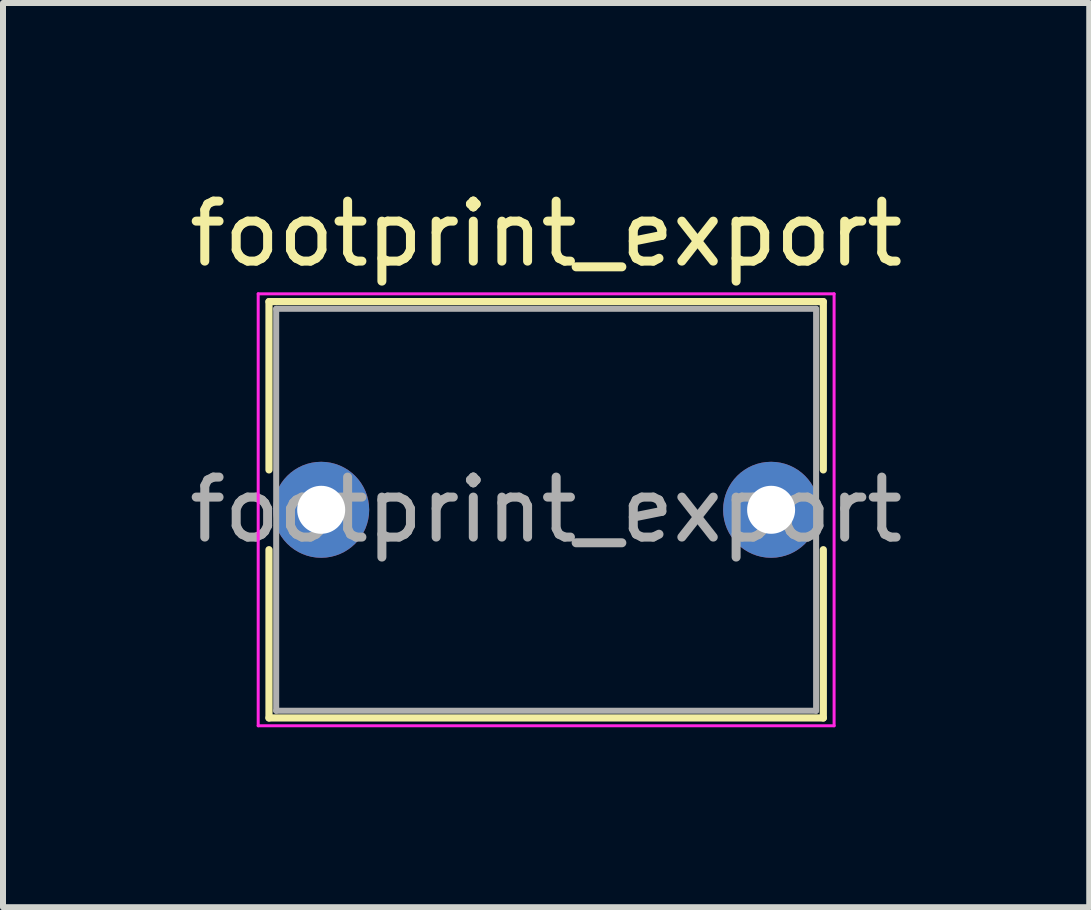
<source format=kicad_pcb>
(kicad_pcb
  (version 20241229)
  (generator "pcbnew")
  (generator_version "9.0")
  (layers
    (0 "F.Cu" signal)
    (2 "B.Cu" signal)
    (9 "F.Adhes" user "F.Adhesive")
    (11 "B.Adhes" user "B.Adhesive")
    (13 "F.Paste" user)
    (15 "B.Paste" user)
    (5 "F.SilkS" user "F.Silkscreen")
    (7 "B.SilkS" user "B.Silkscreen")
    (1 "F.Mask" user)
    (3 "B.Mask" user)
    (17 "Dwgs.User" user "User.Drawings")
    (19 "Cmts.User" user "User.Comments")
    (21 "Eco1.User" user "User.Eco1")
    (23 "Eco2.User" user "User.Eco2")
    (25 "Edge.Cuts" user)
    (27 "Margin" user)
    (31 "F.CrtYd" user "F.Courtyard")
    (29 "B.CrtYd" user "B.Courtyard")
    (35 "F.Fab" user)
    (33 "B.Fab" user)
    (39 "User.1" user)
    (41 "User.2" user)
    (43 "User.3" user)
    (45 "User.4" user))
  (footprint "footprint_export"
    (layer "F.Cu")
    (at 2.304 5.448)
    (property "Reference" "footprint_export" (at 3.75 -4.6 0) (layer "F.SilkS") (effects (font (size 1 1) (thickness 0.15))))
    (attr through_hole)
    (fp_line (start -0.87 -3.47) (end -0.87 -0.665) (stroke (width 0.12) (type solid)) (layer "F.SilkS"))
    (fp_line (start -0.87 -3.47) (end 8.37 -3.47) (stroke (width 0.12) (type solid)) (layer "F.SilkS"))
    (fp_line (start -0.87 0.665) (end -0.87 3.47) (stroke (width 0.12) (type solid)) (layer "F.SilkS"))
    (fp_line (start -0.87 3.47) (end 8.37 3.47) (stroke (width 0.12) (type solid)) (layer "F.SilkS"))
    (fp_line (start 8.37 -3.47) (end 8.37 -0.665) (stroke (width 0.12) (type solid)) (layer "F.SilkS"))
    (fp_line (start 8.37 0.665) (end 8.37 3.47) (stroke (width 0.12) (type solid)) (layer "F.SilkS"))
    (fp_line (start -1.05 -3.6) (end -1.05 3.6) (stroke (width 0.05) (type solid)) (layer "F.CrtYd"))
    (fp_line (start -1.05 3.6) (end 8.55 3.6) (stroke (width 0.05) (type solid)) (layer "F.CrtYd"))
    (fp_line (start 8.55 -3.6) (end -1.05 -3.6) (stroke (width 0.05) (type solid)) (layer "F.CrtYd"))
    (fp_line (start 8.55 3.6) (end 8.55 -3.6) (stroke (width 0.05) (type solid)) (layer "F.CrtYd"))
    (fp_line (start -0.75 -3.35) (end -0.75 3.35) (stroke (width 0.1) (type solid)) (layer "F.Fab"))
    (fp_line (start -0.75 3.35) (end 8.25 3.35) (stroke (width 0.1) (type solid)) (layer "F.Fab"))
    (fp_line (start 8.25 -3.35) (end -0.75 -3.35) (stroke (width 0.1) (type solid)) (layer "F.Fab"))
    (fp_line (start 8.25 3.35) (end 8.25 -3.35) (stroke (width 0.1) (type solid)) (layer "F.Fab"))
    (fp_text user "${REFERENCE}" (at 3.75 0 0) (layer "F.Fab") (effects (font (size 1 1) (thickness 0.15))))
    (pad "1" thru_hole circle (at 0 0) (size 1.6 1.6) (drill 0.8) (layers "*.Cu" "*.Mask"))
    (pad "2" thru_hole circle (at 7.5 0) (size 1.6 1.6) (drill 0.8) (layers "*.Cu" "*.Mask")))
  (gr_rect
    (start -3 -3)
    (end 15.107 12.073)
    (stroke (width 0.1) (type default))
    (fill no)
    (layer "Edge.Cuts")))
</source>
